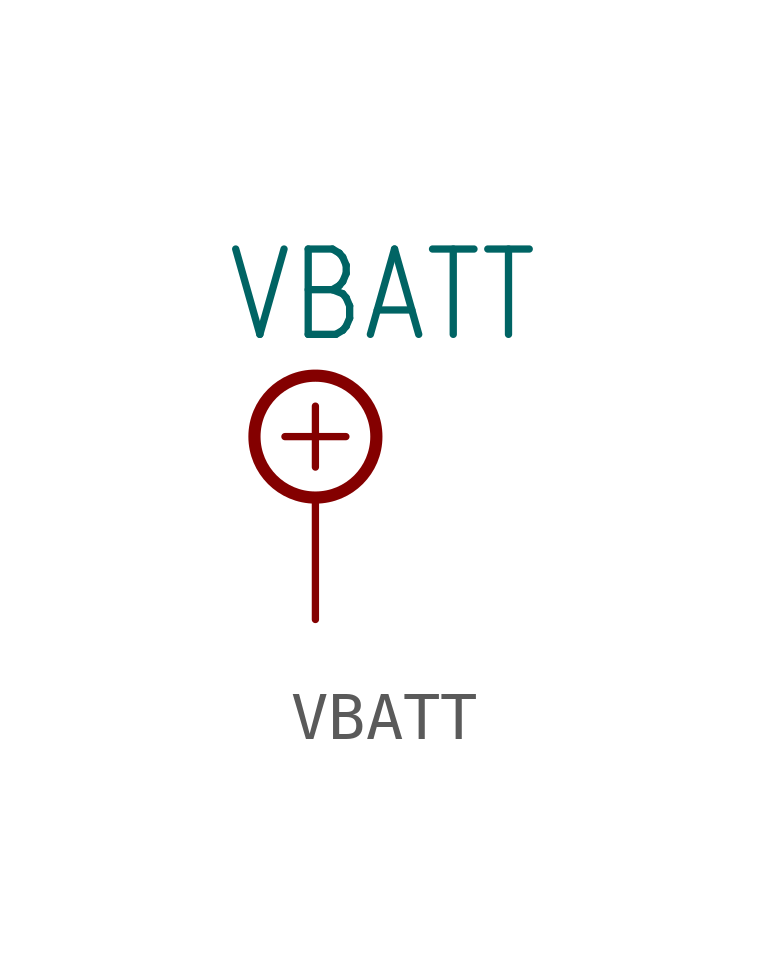
<source format=kicad_sym>
(kicad_symbol_lib
  (version 20220914)
  (generator kicad_symbol_editor)
  (symbol "VBATT"
    (power)
    (property "Reference" "#SUPPLY"
      (at 0 0 0)
      (effects (font (size 1.27 1.27)) hide))
    (property "Value" "VBATT"
      (at -1.905 3.175 0)
      (effects (font (size 1.778 1.511)) (justify left bottom)))
    (property "ki_locked" ""
      (at 0 0 0)
      (effects (font (size 1.27 1.27))))
    (symbol "VBATT_1_0"
      (polyline (pts (xy -0.635 1.27) (xy 0.635 1.27)) (stroke (width 0.152) (type solid)) (fill (type none)))
      (polyline (pts (xy 0 0.635) (xy 0 1.905)) (stroke (width 0.152) (type solid)) (fill (type none)))
      (circle (center 0 1.27) (radius 1.27) (stroke (width 0.254) (type solid)) (fill (type none)))
      (pin power_in line (at 0 -2.54 90) (length 2.54) (name "VBATT" (effects (font (size 0 0)))) (number "1" (effects (font (size 0 0))))))))
</source>
